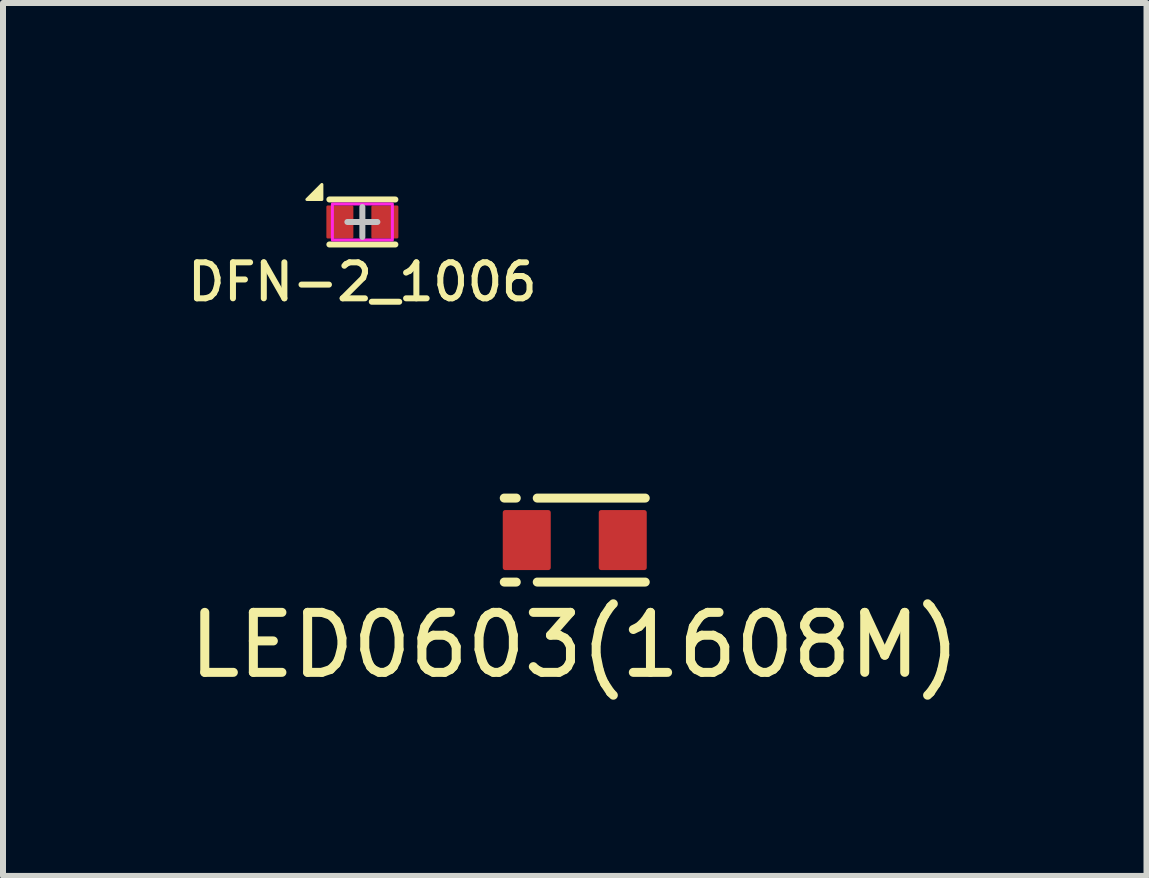
<source format=kicad_pcb>
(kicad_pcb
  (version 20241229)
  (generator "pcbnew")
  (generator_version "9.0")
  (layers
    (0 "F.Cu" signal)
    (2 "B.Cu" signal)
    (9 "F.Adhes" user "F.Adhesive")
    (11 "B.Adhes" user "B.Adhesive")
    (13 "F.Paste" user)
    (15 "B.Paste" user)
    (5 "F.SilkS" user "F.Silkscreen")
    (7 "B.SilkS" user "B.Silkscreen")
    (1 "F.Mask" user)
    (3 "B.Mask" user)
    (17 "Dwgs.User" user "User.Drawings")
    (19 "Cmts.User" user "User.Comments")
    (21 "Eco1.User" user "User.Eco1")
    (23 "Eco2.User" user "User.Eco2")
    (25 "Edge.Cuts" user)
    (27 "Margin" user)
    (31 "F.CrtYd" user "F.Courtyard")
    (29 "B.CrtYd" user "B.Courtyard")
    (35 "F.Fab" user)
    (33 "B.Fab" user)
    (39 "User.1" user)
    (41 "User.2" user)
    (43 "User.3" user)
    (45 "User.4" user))
  (footprint "DFN-2_1006"
    (layer "F.Cu")
    (at 2.99 0.65)
    (property "Reference" "DFN-2_1006" (at 0 1 0) (unlocked yes) (layer "F.SilkS") (effects (font (size 0.6 0.6) (thickness 0.1))))
    (attr smd)
    (fp_line (start -0.55 -0.375) (end 0.55 -0.375) (stroke (width 0.1) (type solid)) (layer "F.SilkS"))
    (fp_line (start -0.55 0.375) (end 0.55 0.375) (stroke (width 0.1) (type solid)) (layer "F.SilkS"))
    (fp_poly (pts (xy -0.675 -0.625) (xy -0.675 -0.375) (xy -0.925 -0.375)) (stroke (width 0.05) (type solid)) (fill yes) (layer "F.SilkS"))
    (fp_line (start -0.25 0) (end 0.25 0) (stroke (width 0.1) (type solid)) (layer "Dwgs.User"))
    (fp_line (start 0 -0.25) (end 0 0.25) (stroke (width 0.1) (type solid)) (layer "Dwgs.User"))
    (fp_rect (start -0.5 -0.3) (end 0.5 0.3) (stroke (width 0.05) (type solid)) (fill no) (layer "F.CrtYd"))
    (pad "1" smd roundrect (at -0.375 0 90) (size 0.55 0.45) (layers "F.Cu" "F.Mask" "F.Paste") (roundrect_rratio 0.05))
    (pad "2" smd roundrect (at 0.375 0 90) (size 0.55 0.45) (layers "F.Cu" "F.Mask" "F.Paste") (roundrect_rratio 0.05)))
  (footprint "LED0603(1608M)"
    (layer "F.Cu")
    (at 6.53 5.952)
    (property "Reference" "LED0603(1608M)" (at 0 1.75 0) (unlocked yes) (layer "F.SilkS") (effects (font (size 1 1) (thickness 0.15))))
    (attr smd)
    (fp_line (start -1.175 -0.7) (end -0.975 -0.7) (stroke (width 0.15) (type solid)) (layer "F.SilkS"))
    (fp_line (start -1.175 0.7) (end -0.975 0.7) (stroke (width 0.15) (type solid)) (layer "F.SilkS"))
    (fp_line (start -0.625 -0.7) (end 1.175 -0.7) (stroke (width 0.15) (type solid)) (layer "F.SilkS"))
    (fp_line (start -0.625 0.7) (end 1.175 0.7) (stroke (width 0.15) (type solid)) (layer "F.SilkS"))
    (pad "1" smd roundrect (at -0.8 0 90) (size 1 0.8) (layers "F.Cu" "F.Mask" "F.Paste") (roundrect_rratio 0.05))
    (pad "2" smd roundrect (at 0.8 0 90) (size 1 0.8) (layers "F.Cu" "F.Mask" "F.Paste") (roundrect_rratio 0.05)))
  (gr_rect
    (start -3 -3)
    (end 16.06 11.55)
    (stroke (width 0.1) (type default))
    (fill no)
    (layer "Edge.Cuts")))
</source>
